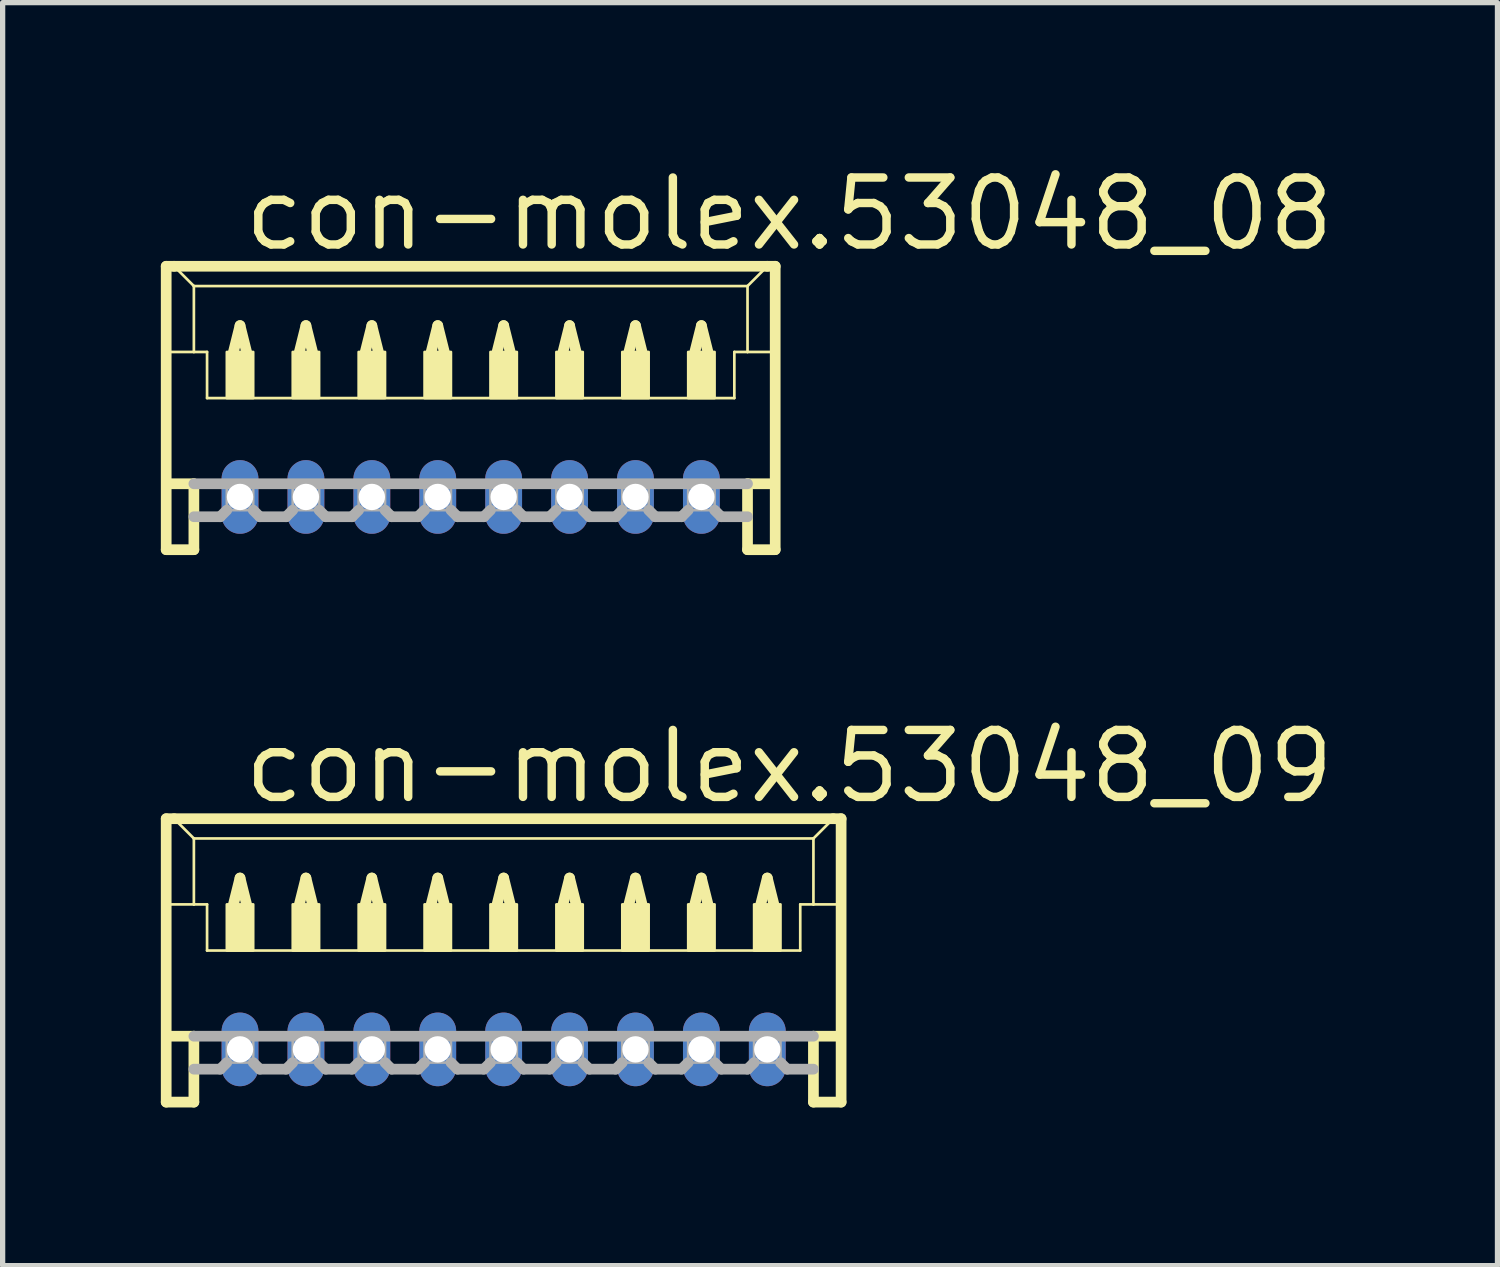
<source format=kicad_pcb>
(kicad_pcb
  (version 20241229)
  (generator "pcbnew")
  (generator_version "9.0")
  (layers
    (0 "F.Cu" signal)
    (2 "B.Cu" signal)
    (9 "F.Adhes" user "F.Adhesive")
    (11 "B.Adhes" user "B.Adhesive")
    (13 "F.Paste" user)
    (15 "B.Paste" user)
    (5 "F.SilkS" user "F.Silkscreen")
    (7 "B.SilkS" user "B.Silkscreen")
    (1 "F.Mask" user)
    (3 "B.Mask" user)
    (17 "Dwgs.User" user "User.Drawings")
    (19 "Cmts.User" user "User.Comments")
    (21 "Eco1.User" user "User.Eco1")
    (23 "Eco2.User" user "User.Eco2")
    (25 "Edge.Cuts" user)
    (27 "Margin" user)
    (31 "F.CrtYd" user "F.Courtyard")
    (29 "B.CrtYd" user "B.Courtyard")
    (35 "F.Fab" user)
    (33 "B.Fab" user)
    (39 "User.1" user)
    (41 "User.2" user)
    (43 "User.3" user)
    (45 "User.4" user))
  (footprint "con-molex.53048_08"
    (layer "F.Cu")
    (at 5.877 5.125)
    (property "Reference" "con-molex.53048_08" (at -4.375 -3.375 0) (layer "F.SilkS") (effects (font (size 1.27 1.27) (thickness 0.16)) (justify left bottom)))
    (attr through_hole)
    (fp_line (start -5.775 -3.125) (end -5.775 2.25) (stroke (width 0.203) (type default)) (layer "F.SilkS"))
    (fp_line (start -5.775 2.25) (end -5.25 2.25) (stroke (width 0.203) (type default)) (layer "F.SilkS"))
    (fp_line (start -5.75 -1.5) (end -5.25 -1.5) (stroke (width 0.051) (type default)) (layer "F.SilkS"))
    (fp_line (start -5.75 1) (end -5.25 1) (stroke (width 0.203) (type default)) (layer "F.SilkS"))
    (fp_line (start -5.625 -3.125) (end -5.775 -3.125) (stroke (width 0.203) (type default)) (layer "F.SilkS"))
    (fp_line (start -5.25 -2.75) (end -5.625 -3.125) (stroke (width 0.051) (type default)) (layer "F.SilkS"))
    (fp_line (start -5.25 -2.75) (end 5.25 -2.75) (stroke (width 0.051) (type default)) (layer "F.SilkS"))
    (fp_line (start -5.25 -1.5) (end -5.25 -2.75) (stroke (width 0.051) (type default)) (layer "F.SilkS"))
    (fp_line (start -5.25 -1.5) (end -5 -1.5) (stroke (width 0.051) (type default)) (layer "F.SilkS"))
    (fp_line (start -5.25 1) (end -5.25 2.25) (stroke (width 0.203) (type default)) (layer "F.SilkS"))
    (fp_line (start -5 -1.5) (end -5 -0.625) (stroke (width 0.051) (type default)) (layer "F.SilkS"))
    (fp_line (start -5 -0.625) (end 5 -0.625) (stroke (width 0.051) (type default)) (layer "F.SilkS"))
    (fp_line (start -4.5 -1.5) (end -4.375 -2) (stroke (width 0.203) (type default)) (layer "F.SilkS"))
    (fp_line (start -4.375 -2) (end -4.25 -1.5) (stroke (width 0.203) (type default)) (layer "F.SilkS"))
    (fp_line (start -3.25 -1.5) (end -3.125 -2) (stroke (width 0.203) (type default)) (layer "F.SilkS"))
    (fp_line (start -3.125 -2) (end -3 -1.5) (stroke (width 0.203) (type default)) (layer "F.SilkS"))
    (fp_line (start -2 -1.5) (end -1.875 -2) (stroke (width 0.203) (type default)) (layer "F.SilkS"))
    (fp_line (start -1.875 -2) (end -1.75 -1.5) (stroke (width 0.203) (type default)) (layer "F.SilkS"))
    (fp_line (start -0.75 -1.5) (end -0.625 -2) (stroke (width 0.203) (type default)) (layer "F.SilkS"))
    (fp_line (start -0.625 -2) (end -0.5 -1.5) (stroke (width 0.203) (type default)) (layer "F.SilkS"))
    (fp_line (start 0.5 -1.5) (end 0.625 -2) (stroke (width 0.203) (type default)) (layer "F.SilkS"))
    (fp_line (start 0.625 -2) (end 0.75 -1.5) (stroke (width 0.203) (type default)) (layer "F.SilkS"))
    (fp_line (start 1.75 -1.5) (end 1.875 -2) (stroke (width 0.203) (type default)) (layer "F.SilkS"))
    (fp_line (start 1.875 -2) (end 2 -1.5) (stroke (width 0.203) (type default)) (layer "F.SilkS"))
    (fp_line (start 3 -1.5) (end 3.125 -2) (stroke (width 0.203) (type default)) (layer "F.SilkS"))
    (fp_line (start 3.125 -2) (end 3.25 -1.5) (stroke (width 0.203) (type default)) (layer "F.SilkS"))
    (fp_line (start 4.25 -1.5) (end 4.375 -2) (stroke (width 0.203) (type default)) (layer "F.SilkS"))
    (fp_line (start 4.375 -2) (end 4.5 -1.5) (stroke (width 0.203) (type default)) (layer "F.SilkS"))
    (fp_line (start 5 -1.5) (end 5 -0.625) (stroke (width 0.051) (type default)) (layer "F.SilkS"))
    (fp_line (start 5 -1.5) (end 5.25 -1.5) (stroke (width 0.051) (type default)) (layer "F.SilkS"))
    (fp_line (start 5.25 -2.75) (end 5.25 -1.5) (stroke (width 0.051) (type default)) (layer "F.SilkS"))
    (fp_line (start 5.25 -2.75) (end 5.625 -3.125) (stroke (width 0.051) (type default)) (layer "F.SilkS"))
    (fp_line (start 5.25 -1.5) (end 5.75 -1.5) (stroke (width 0.051) (type default)) (layer "F.SilkS"))
    (fp_line (start 5.25 1) (end 5.25 2.25) (stroke (width 0.203) (type default)) (layer "F.SilkS"))
    (fp_line (start 5.25 1) (end 5.75 1) (stroke (width 0.203) (type default)) (layer "F.SilkS"))
    (fp_line (start 5.25 2.25) (end 5.775 2.25) (stroke (width 0.203) (type default)) (layer "F.SilkS"))
    (fp_line (start 5.625 -3.125) (end -5.625 -3.125) (stroke (width 0.203) (type default)) (layer "F.SilkS"))
    (fp_line (start 5.775 -3.125) (end 5.625 -3.125) (stroke (width 0.203) (type default)) (layer "F.SilkS"))
    (fp_line (start 5.775 2.25) (end 5.775 -3.125) (stroke (width 0.203) (type default)) (layer "F.SilkS"))
    (fp_rect (start -4.625 -0.625) (end -4.125 -1.5) (stroke (width 0.05) (type default)) (fill yes) (layer "F.SilkS"))
    (fp_rect (start -3.375 -0.625) (end -2.875 -1.5) (stroke (width 0.05) (type default)) (fill yes) (layer "F.SilkS"))
    (fp_rect (start -2.125 -0.625) (end -1.625 -1.5) (stroke (width 0.05) (type default)) (fill yes) (layer "F.SilkS"))
    (fp_rect (start -0.875 -0.625) (end -0.375 -1.5) (stroke (width 0.05) (type default)) (fill yes) (layer "F.SilkS"))
    (fp_rect (start 0.375 -0.625) (end 0.875 -1.5) (stroke (width 0.05) (type default)) (fill yes) (layer "F.SilkS"))
    (fp_rect (start 1.625 -0.625) (end 2.125 -1.5) (stroke (width 0.05) (type default)) (fill yes) (layer "F.SilkS"))
    (fp_rect (start 2.875 -0.625) (end 3.375 -1.5) (stroke (width 0.05) (type default)) (fill yes) (layer "F.SilkS"))
    (fp_rect (start 4.125 -0.625) (end 4.625 -1.5) (stroke (width 0.05) (type default)) (fill yes) (layer "F.SilkS"))
    (fp_line (start -5.25 1) (end 5.25 1) (stroke (width 0.203) (type default)) (layer "F.Fab"))
    (fp_line (start -4.75 1.625) (end -5.25 1.625) (stroke (width 0.203) (type default)) (layer "F.Fab"))
    (fp_line (start -4.625 1.5) (end -4.75 1.625) (stroke (width 0.203) (type default)) (layer "F.Fab"))
    (fp_line (start -4.125 1.5) (end -4 1.625) (stroke (width 0.203) (type default)) (layer "F.Fab"))
    (fp_line (start -3.5 1.625) (end -4 1.625) (stroke (width 0.203) (type default)) (layer "F.Fab"))
    (fp_line (start -3.375 1.5) (end -3.5 1.625) (stroke (width 0.203) (type default)) (layer "F.Fab"))
    (fp_line (start -2.875 1.5) (end -2.75 1.625) (stroke (width 0.203) (type default)) (layer "F.Fab"))
    (fp_line (start -2.25 1.625) (end -2.75 1.625) (stroke (width 0.203) (type default)) (layer "F.Fab"))
    (fp_line (start -2.125 1.5) (end -2.25 1.625) (stroke (width 0.203) (type default)) (layer "F.Fab"))
    (fp_line (start -1.625 1.5) (end -1.5 1.625) (stroke (width 0.203) (type default)) (layer "F.Fab"))
    (fp_line (start -1 1.625) (end -1.5 1.625) (stroke (width 0.203) (type default)) (layer "F.Fab"))
    (fp_line (start -0.875 1.5) (end -1 1.625) (stroke (width 0.203) (type default)) (layer "F.Fab"))
    (fp_line (start -0.375 1.5) (end -0.25 1.625) (stroke (width 0.203) (type default)) (layer "F.Fab"))
    (fp_line (start 0.25 1.625) (end -0.25 1.625) (stroke (width 0.203) (type default)) (layer "F.Fab"))
    (fp_line (start 0.375 1.5) (end 0.25 1.625) (stroke (width 0.203) (type default)) (layer "F.Fab"))
    (fp_line (start 0.875 1.5) (end 1 1.625) (stroke (width 0.203) (type default)) (layer "F.Fab"))
    (fp_line (start 1.5 1.625) (end 1 1.625) (stroke (width 0.203) (type default)) (layer "F.Fab"))
    (fp_line (start 1.625 1.5) (end 1.5 1.625) (stroke (width 0.203) (type default)) (layer "F.Fab"))
    (fp_line (start 2.125 1.5) (end 2.25 1.625) (stroke (width 0.203) (type default)) (layer "F.Fab"))
    (fp_line (start 2.75 1.625) (end 2.25 1.625) (stroke (width 0.203) (type default)) (layer "F.Fab"))
    (fp_line (start 2.875 1.5) (end 2.75 1.625) (stroke (width 0.203) (type default)) (layer "F.Fab"))
    (fp_line (start 3.375 1.5) (end 3.5 1.625) (stroke (width 0.203) (type default)) (layer "F.Fab"))
    (fp_line (start 4 1.625) (end 3.5 1.625) (stroke (width 0.203) (type default)) (layer "F.Fab"))
    (fp_line (start 4.125 1.5) (end 4 1.625) (stroke (width 0.203) (type default)) (layer "F.Fab"))
    (fp_line (start 4.625 1.5) (end 4.75 1.625) (stroke (width 0.203) (type default)) (layer "F.Fab"))
    (fp_line (start 5.25 1.625) (end 4.75 1.625) (stroke (width 0.203) (type default)) (layer "F.Fab"))
    (fp_rect (start -4.625 1.5) (end -4.125 1) (stroke (width 0.05) (type default)) (fill no) (layer "F.Fab"))
    (fp_rect (start -3.375 1.5) (end -2.875 1) (stroke (width 0.05) (type default)) (fill no) (layer "F.Fab"))
    (fp_rect (start -2.125 1.5) (end -1.625 1) (stroke (width 0.05) (type default)) (fill no) (layer "F.Fab"))
    (fp_rect (start -0.875 1.5) (end -0.375 1) (stroke (width 0.05) (type default)) (fill no) (layer "F.Fab"))
    (fp_rect (start 0.375 1.5) (end 0.875 1) (stroke (width 0.05) (type default)) (fill no) (layer "F.Fab"))
    (fp_rect (start 1.625 1.5) (end 2.125 1) (stroke (width 0.05) (type default)) (fill no) (layer "F.Fab"))
    (fp_rect (start 2.875 1.5) (end 3.375 1) (stroke (width 0.05) (type default)) (fill no) (layer "F.Fab"))
    (fp_rect (start 4.125 1.5) (end 4.625 1) (stroke (width 0.05) (type default)) (fill no) (layer "F.Fab"))
    (pad "1" thru_hole oval (at 4.375 1.25 90) (size 1.397 0.698) (drill 0.5) (layers "*.Cu" "*.Mask"))
    (pad "2" thru_hole oval (at 3.125 1.25 90) (size 1.397 0.698) (drill 0.5) (layers "*.Cu" "*.Mask"))
    (pad "3" thru_hole oval (at 1.875 1.25 90) (size 1.397 0.698) (drill 0.5) (layers "*.Cu" "*.Mask"))
    (pad "4" thru_hole oval (at 0.625 1.25 90) (size 1.397 0.698) (drill 0.5) (layers "*.Cu" "*.Mask"))
    (pad "5" thru_hole oval (at -0.625 1.25 90) (size 1.397 0.698) (drill 0.5) (layers "*.Cu" "*.Mask"))
    (pad "6" thru_hole oval (at -1.875 1.25 90) (size 1.397 0.698) (drill 0.5) (layers "*.Cu" "*.Mask"))
    (pad "7" thru_hole oval (at -3.125 1.25 90) (size 1.397 0.698) (drill 0.5) (layers "*.Cu" "*.Mask"))
    (pad "8" thru_hole oval (at -4.375 1.25 90) (size 1.397 0.698) (drill 0.5) (layers "*.Cu" "*.Mask")))
  (footprint "con-molex.53048_09"
    (layer "F.Cu")
    (at 6.502 15.602)
    (property "Reference" "con-molex.53048_09" (at -5 -3.375 0) (layer "F.SilkS") (effects (font (size 1.27 1.27) (thickness 0.16)) (justify left bottom)))
    (attr through_hole)
    (fp_line (start -6.4 -3.125) (end -6.4 2.25) (stroke (width 0.203) (type default)) (layer "F.SilkS"))
    (fp_line (start -6.4 2.25) (end -5.875 2.25) (stroke (width 0.203) (type default)) (layer "F.SilkS"))
    (fp_line (start -6.375 -1.5) (end -5.875 -1.5) (stroke (width 0.051) (type default)) (layer "F.SilkS"))
    (fp_line (start -6.375 1) (end -5.875 1) (stroke (width 0.203) (type default)) (layer "F.SilkS"))
    (fp_line (start -6.25 -3.125) (end -6.4 -3.125) (stroke (width 0.203) (type default)) (layer "F.SilkS"))
    (fp_line (start -5.875 -2.75) (end -6.25 -3.125) (stroke (width 0.051) (type default)) (layer "F.SilkS"))
    (fp_line (start -5.875 -2.75) (end 5.875 -2.75) (stroke (width 0.051) (type default)) (layer "F.SilkS"))
    (fp_line (start -5.875 -1.5) (end -5.875 -2.75) (stroke (width 0.051) (type default)) (layer "F.SilkS"))
    (fp_line (start -5.875 -1.5) (end -5.625 -1.5) (stroke (width 0.051) (type default)) (layer "F.SilkS"))
    (fp_line (start -5.875 1) (end -5.875 2.25) (stroke (width 0.203) (type default)) (layer "F.SilkS"))
    (fp_line (start -5.625 -1.5) (end -5.625 -0.625) (stroke (width 0.051) (type default)) (layer "F.SilkS"))
    (fp_line (start -5.625 -0.625) (end 5.625 -0.625) (stroke (width 0.051) (type default)) (layer "F.SilkS"))
    (fp_line (start -5.125 -1.5) (end -5 -2) (stroke (width 0.203) (type default)) (layer "F.SilkS"))
    (fp_line (start -5 -2) (end -4.875 -1.5) (stroke (width 0.203) (type default)) (layer "F.SilkS"))
    (fp_line (start -3.875 -1.5) (end -3.75 -2) (stroke (width 0.203) (type default)) (layer "F.SilkS"))
    (fp_line (start -3.75 -2) (end -3.625 -1.5) (stroke (width 0.203) (type default)) (layer "F.SilkS"))
    (fp_line (start -2.625 -1.5) (end -2.5 -2) (stroke (width 0.203) (type default)) (layer "F.SilkS"))
    (fp_line (start -2.5 -2) (end -2.375 -1.5) (stroke (width 0.203) (type default)) (layer "F.SilkS"))
    (fp_line (start -1.375 -1.5) (end -1.25 -2) (stroke (width 0.203) (type default)) (layer "F.SilkS"))
    (fp_line (start -1.25 -2) (end -1.125 -1.5) (stroke (width 0.203) (type default)) (layer "F.SilkS"))
    (fp_line (start -0.125 -1.5) (end 0 -2) (stroke (width 0.203) (type default)) (layer "F.SilkS"))
    (fp_line (start 0 -2) (end 0.125 -1.5) (stroke (width 0.203) (type default)) (layer "F.SilkS"))
    (fp_line (start 1.125 -1.5) (end 1.25 -2) (stroke (width 0.203) (type default)) (layer "F.SilkS"))
    (fp_line (start 1.25 -2) (end 1.375 -1.5) (stroke (width 0.203) (type default)) (layer "F.SilkS"))
    (fp_line (start 2.375 -1.5) (end 2.5 -2) (stroke (width 0.203) (type default)) (layer "F.SilkS"))
    (fp_line (start 2.5 -2) (end 2.625 -1.5) (stroke (width 0.203) (type default)) (layer "F.SilkS"))
    (fp_line (start 3.625 -1.5) (end 3.75 -2) (stroke (width 0.203) (type default)) (layer "F.SilkS"))
    (fp_line (start 3.75 -2) (end 3.875 -1.5) (stroke (width 0.203) (type default)) (layer "F.SilkS"))
    (fp_line (start 4.875 -1.5) (end 5 -2) (stroke (width 0.203) (type default)) (layer "F.SilkS"))
    (fp_line (start 5 -2) (end 5.125 -1.5) (stroke (width 0.203) (type default)) (layer "F.SilkS"))
    (fp_line (start 5.625 -1.5) (end 5.625 -0.625) (stroke (width 0.051) (type default)) (layer "F.SilkS"))
    (fp_line (start 5.625 -1.5) (end 5.875 -1.5) (stroke (width 0.051) (type default)) (layer "F.SilkS"))
    (fp_line (start 5.875 -2.75) (end 5.875 -1.5) (stroke (width 0.051) (type default)) (layer "F.SilkS"))
    (fp_line (start 5.875 -2.75) (end 6.25 -3.125) (stroke (width 0.051) (type default)) (layer "F.SilkS"))
    (fp_line (start 5.875 -1.5) (end 6.375 -1.5) (stroke (width 0.051) (type default)) (layer "F.SilkS"))
    (fp_line (start 5.875 1) (end 5.875 2.25) (stroke (width 0.203) (type default)) (layer "F.SilkS"))
    (fp_line (start 5.875 1) (end 6.375 1) (stroke (width 0.203) (type default)) (layer "F.SilkS"))
    (fp_line (start 5.875 2.25) (end 6.4 2.25) (stroke (width 0.203) (type default)) (layer "F.SilkS"))
    (fp_line (start 6.25 -3.125) (end -6.25 -3.125) (stroke (width 0.203) (type default)) (layer "F.SilkS"))
    (fp_line (start 6.4 -3.125) (end 6.25 -3.125) (stroke (width 0.203) (type default)) (layer "F.SilkS"))
    (fp_line (start 6.4 2.25) (end 6.4 -3.125) (stroke (width 0.203) (type default)) (layer "F.SilkS"))
    (fp_rect (start -5.25 -0.625) (end -4.75 -1.5) (stroke (width 0.05) (type default)) (fill yes) (layer "F.SilkS"))
    (fp_rect (start -4 -0.625) (end -3.5 -1.5) (stroke (width 0.05) (type default)) (fill yes) (layer "F.SilkS"))
    (fp_rect (start -2.75 -0.625) (end -2.25 -1.5) (stroke (width 0.05) (type default)) (fill yes) (layer "F.SilkS"))
    (fp_rect (start -1.5 -0.625) (end -1 -1.5) (stroke (width 0.05) (type default)) (fill yes) (layer "F.SilkS"))
    (fp_rect (start -0.25 -0.625) (end 0.25 -1.5) (stroke (width 0.05) (type default)) (fill yes) (layer "F.SilkS"))
    (fp_rect (start 1 -0.625) (end 1.5 -1.5) (stroke (width 0.05) (type default)) (fill yes) (layer "F.SilkS"))
    (fp_rect (start 2.25 -0.625) (end 2.75 -1.5) (stroke (width 0.05) (type default)) (fill yes) (layer "F.SilkS"))
    (fp_rect (start 3.5 -0.625) (end 4 -1.5) (stroke (width 0.05) (type default)) (fill yes) (layer "F.SilkS"))
    (fp_rect (start 4.75 -0.625) (end 5.25 -1.5) (stroke (width 0.05) (type default)) (fill yes) (layer "F.SilkS"))
    (fp_line (start -5.875 1) (end 5.875 1) (stroke (width 0.203) (type default)) (layer "F.Fab"))
    (fp_line (start -5.375 1.625) (end -5.875 1.625) (stroke (width 0.203) (type default)) (layer "F.Fab"))
    (fp_line (start -5.25 1.5) (end -5.375 1.625) (stroke (width 0.203) (type default)) (layer "F.Fab"))
    (fp_line (start -4.75 1.5) (end -4.625 1.625) (stroke (width 0.203) (type default)) (layer "F.Fab"))
    (fp_line (start -4.125 1.625) (end -4.625 1.625) (stroke (width 0.203) (type default)) (layer "F.Fab"))
    (fp_line (start -4 1.5) (end -4.125 1.625) (stroke (width 0.203) (type default)) (layer "F.Fab"))
    (fp_line (start -3.5 1.5) (end -3.375 1.625) (stroke (width 0.203) (type default)) (layer "F.Fab"))
    (fp_line (start -2.875 1.625) (end -3.375 1.625) (stroke (width 0.203) (type default)) (layer "F.Fab"))
    (fp_line (start -2.75 1.5) (end -2.875 1.625) (stroke (width 0.203) (type default)) (layer "F.Fab"))
    (fp_line (start -2.25 1.5) (end -2.125 1.625) (stroke (width 0.203) (type default)) (layer "F.Fab"))
    (fp_line (start -1.625 1.625) (end -2.125 1.625) (stroke (width 0.203) (type default)) (layer "F.Fab"))
    (fp_line (start -1.5 1.5) (end -1.625 1.625) (stroke (width 0.203) (type default)) (layer "F.Fab"))
    (fp_line (start -1 1.5) (end -0.875 1.625) (stroke (width 0.203) (type default)) (layer "F.Fab"))
    (fp_line (start -0.375 1.625) (end -0.875 1.625) (stroke (width 0.203) (type default)) (layer "F.Fab"))
    (fp_line (start -0.25 1.5) (end -0.375 1.625) (stroke (width 0.203) (type default)) (layer "F.Fab"))
    (fp_line (start 0.25 1.5) (end 0.375 1.625) (stroke (width 0.203) (type default)) (layer "F.Fab"))
    (fp_line (start 0.875 1.625) (end 0.375 1.625) (stroke (width 0.203) (type default)) (layer "F.Fab"))
    (fp_line (start 1 1.5) (end 0.875 1.625) (stroke (width 0.203) (type default)) (layer "F.Fab"))
    (fp_line (start 1.5 1.5) (end 1.625 1.625) (stroke (width 0.203) (type default)) (layer "F.Fab"))
    (fp_line (start 2.125 1.625) (end 1.625 1.625) (stroke (width 0.203) (type default)) (layer "F.Fab"))
    (fp_line (start 2.25 1.5) (end 2.125 1.625) (stroke (width 0.203) (type default)) (layer "F.Fab"))
    (fp_line (start 2.75 1.5) (end 2.875 1.625) (stroke (width 0.203) (type default)) (layer "F.Fab"))
    (fp_line (start 3.375 1.625) (end 2.875 1.625) (stroke (width 0.203) (type default)) (layer "F.Fab"))
    (fp_line (start 3.5 1.5) (end 3.375 1.625) (stroke (width 0.203) (type default)) (layer "F.Fab"))
    (fp_line (start 4 1.5) (end 4.125 1.625) (stroke (width 0.203) (type default)) (layer "F.Fab"))
    (fp_line (start 4.625 1.625) (end 4.125 1.625) (stroke (width 0.203) (type default)) (layer "F.Fab"))
    (fp_line (start 4.75 1.5) (end 4.625 1.625) (stroke (width 0.203) (type default)) (layer "F.Fab"))
    (fp_line (start 5.25 1.5) (end 5.375 1.625) (stroke (width 0.203) (type default)) (layer "F.Fab"))
    (fp_line (start 5.875 1.625) (end 5.375 1.625) (stroke (width 0.203) (type default)) (layer "F.Fab"))
    (fp_rect (start -5.25 1.5) (end -4.75 1) (stroke (width 0.05) (type default)) (fill no) (layer "F.Fab"))
    (fp_rect (start -4 1.5) (end -3.5 1) (stroke (width 0.05) (type default)) (fill no) (layer "F.Fab"))
    (fp_rect (start -2.75 1.5) (end -2.25 1) (stroke (width 0.05) (type default)) (fill no) (layer "F.Fab"))
    (fp_rect (start -1.5 1.5) (end -1 1) (stroke (width 0.05) (type default)) (fill no) (layer "F.Fab"))
    (fp_rect (start -0.25 1.5) (end 0.25 1) (stroke (width 0.05) (type default)) (fill no) (layer "F.Fab"))
    (fp_rect (start 1 1.5) (end 1.5 1) (stroke (width 0.05) (type default)) (fill no) (layer "F.Fab"))
    (fp_rect (start 2.25 1.5) (end 2.75 1) (stroke (width 0.05) (type default)) (fill no) (layer "F.Fab"))
    (fp_rect (start 3.5 1.5) (end 4 1) (stroke (width 0.05) (type default)) (fill no) (layer "F.Fab"))
    (fp_rect (start 4.75 1.5) (end 5.25 1) (stroke (width 0.05) (type default)) (fill no) (layer "F.Fab"))
    (pad "1" thru_hole oval (at 5 1.25 90) (size 1.397 0.698) (drill 0.5) (layers "*.Cu" "*.Mask"))
    (pad "2" thru_hole oval (at 3.75 1.25 90) (size 1.397 0.698) (drill 0.5) (layers "*.Cu" "*.Mask"))
    (pad "3" thru_hole oval (at 2.5 1.25 90) (size 1.397 0.698) (drill 0.5) (layers "*.Cu" "*.Mask"))
    (pad "4" thru_hole oval (at 1.25 1.25 90) (size 1.397 0.698) (drill 0.5) (layers "*.Cu" "*.Mask"))
    (pad "5" thru_hole oval (at 0 1.25 90) (size 1.397 0.698) (drill 0.5) (layers "*.Cu" "*.Mask"))
    (pad "6" thru_hole oval (at -1.25 1.25 90) (size 1.397 0.698) (drill 0.5) (layers "*.Cu" "*.Mask"))
    (pad "7" thru_hole oval (at -2.5 1.25 90) (size 1.397 0.698) (drill 0.5) (layers "*.Cu" "*.Mask"))
    (pad "8" thru_hole oval (at -3.75 1.25 90) (size 1.397 0.698) (drill 0.5) (layers "*.Cu" "*.Mask"))
    (pad "9" thru_hole oval (at -5 1.25 90) (size 1.397 0.698) (drill 0.5) (layers "*.Cu" "*.Mask")))
  (gr_rect
    (start -3 -3)
    (end 25.35 20.953)
    (stroke (width 0.1) (type default))
    (fill no)
    (layer "Edge.Cuts")))
</source>
